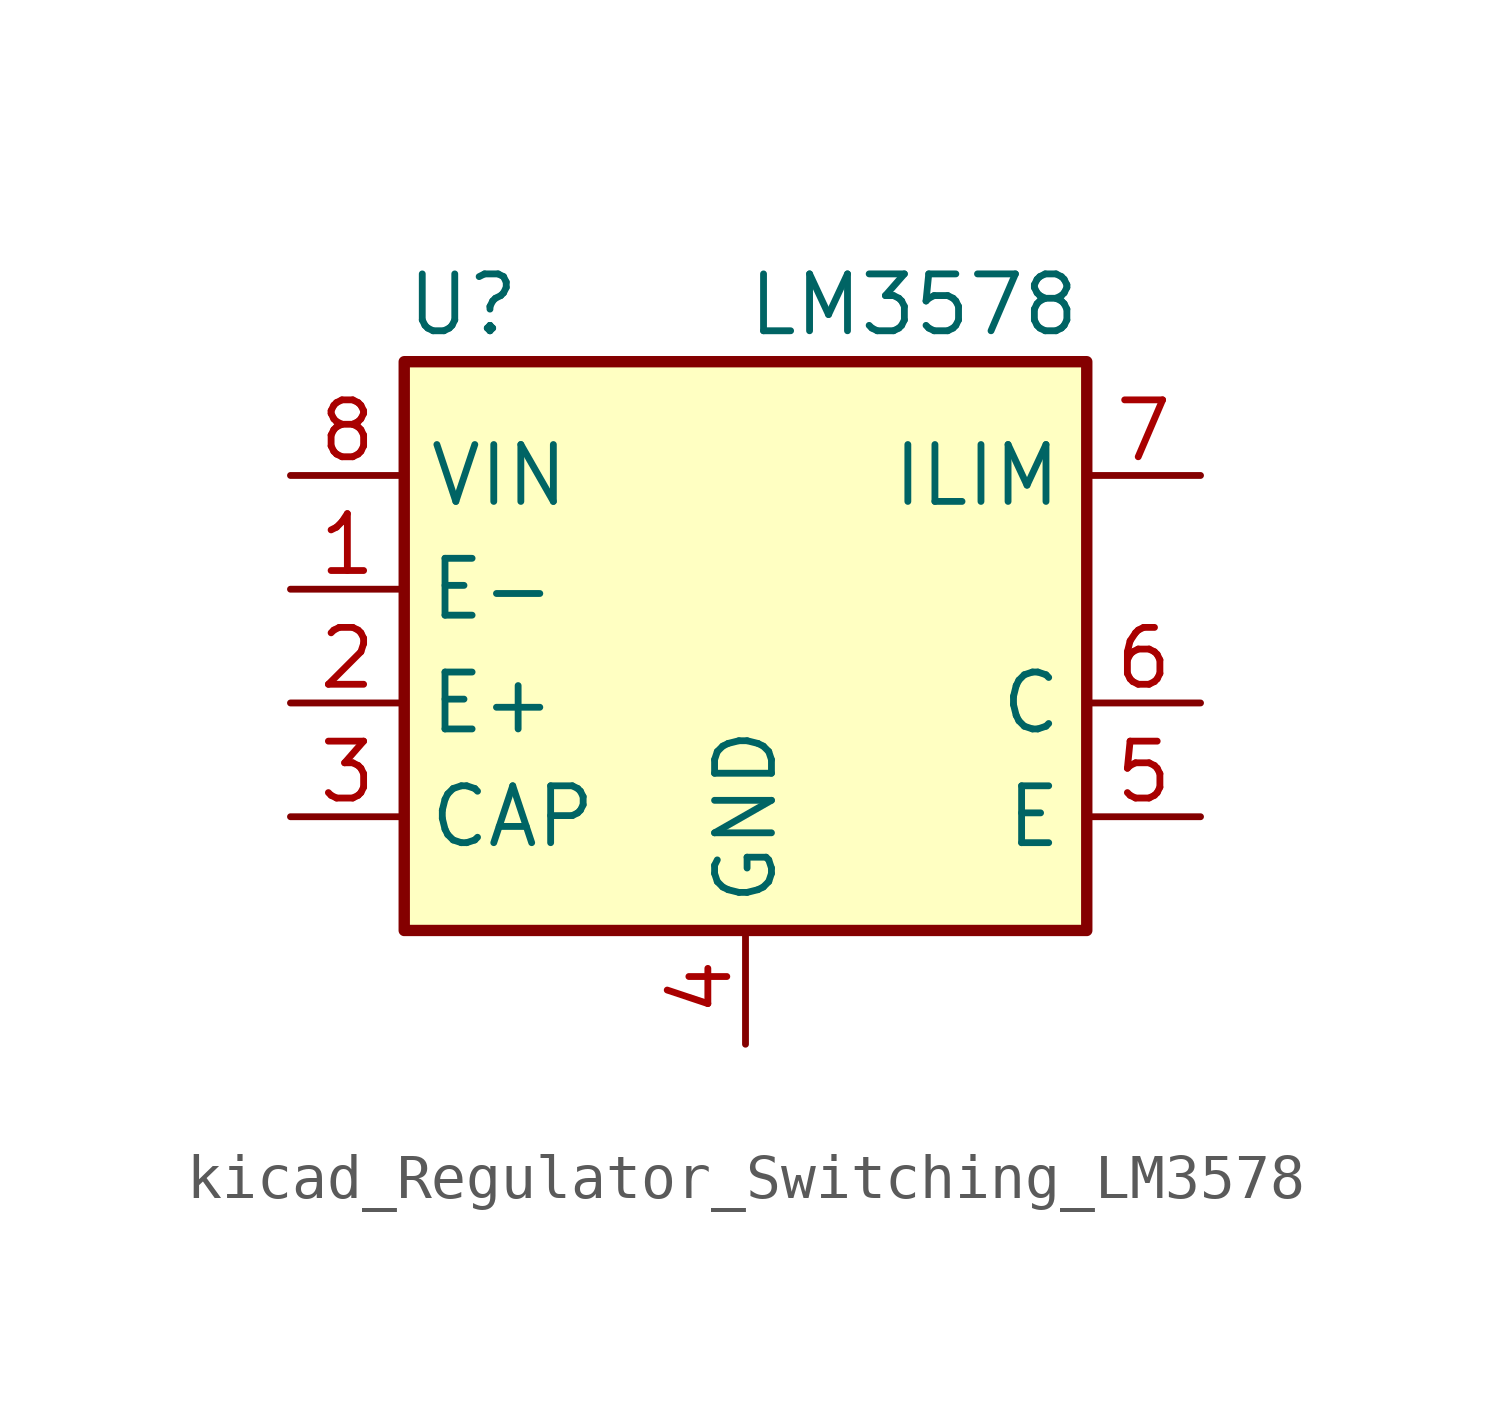
<source format=kicad_sym>
(kicad_symbol_lib
  (version 20220914)
  (generator kicad_symbol_editor)
  (symbol "kicad_Regulator_Switching_LM3578"
    (property "Reference" "U"
      (at -7.62 8.89 0)
      (effects (font (size 1.27 1.27)) (justify left)))
    (property "Value" "LM3578"
      (at 0 8.89 0)
      (effects (font (size 1.27 1.27)) (justify left)))
    (symbol "kicad_Regulator_Switching_LM3578_0_1"
      (rectangle (start -7.62 -5.08) (end 7.62 7.62) (stroke (width 0.254) (type default)) (fill (type background))))
    (symbol "kicad_Regulator_Switching_LM3578_1_1"
      (pin input line (at -10.16 2.54 0) (length 2.54) (name "E-" (effects (font (size 1.27 1.27)))) (number "1" (effects (font (size 1.27 1.27)))))
      (pin input line (at -10.16 0 0) (length 2.54) (name "E+" (effects (font (size 1.27 1.27)))) (number "2" (effects (font (size 1.27 1.27)))))
      (pin input line (at -10.16 -2.54 0) (length 2.54) (name "CAP" (effects (font (size 1.27 1.27)))) (number "3" (effects (font (size 1.27 1.27)))))
      (pin power_in line (at 0 -7.62 90) (length 2.54) (name "GND" (effects (font (size 1.27 1.27)))) (number "4" (effects (font (size 1.27 1.27)))))
      (pin open_emitter line (at 10.16 -2.54 180) (length 2.54) (name "E" (effects (font (size 1.27 1.27)))) (number "5" (effects (font (size 1.27 1.27)))))
      (pin open_collector line (at 10.16 0 180) (length 2.54) (name "C" (effects (font (size 1.27 1.27)))) (number "6" (effects (font (size 1.27 1.27)))))
      (pin input line (at 10.16 5.08 180) (length 2.54) (name "ILIM" (effects (font (size 1.27 1.27)))) (number "7" (effects (font (size 1.27 1.27)))))
      (pin power_in line (at -10.16 5.08 0) (length 2.54) (name "VIN" (effects (font (size 1.27 1.27)))) (number "8" (effects (font (size 1.27 1.27))))))))
</source>
